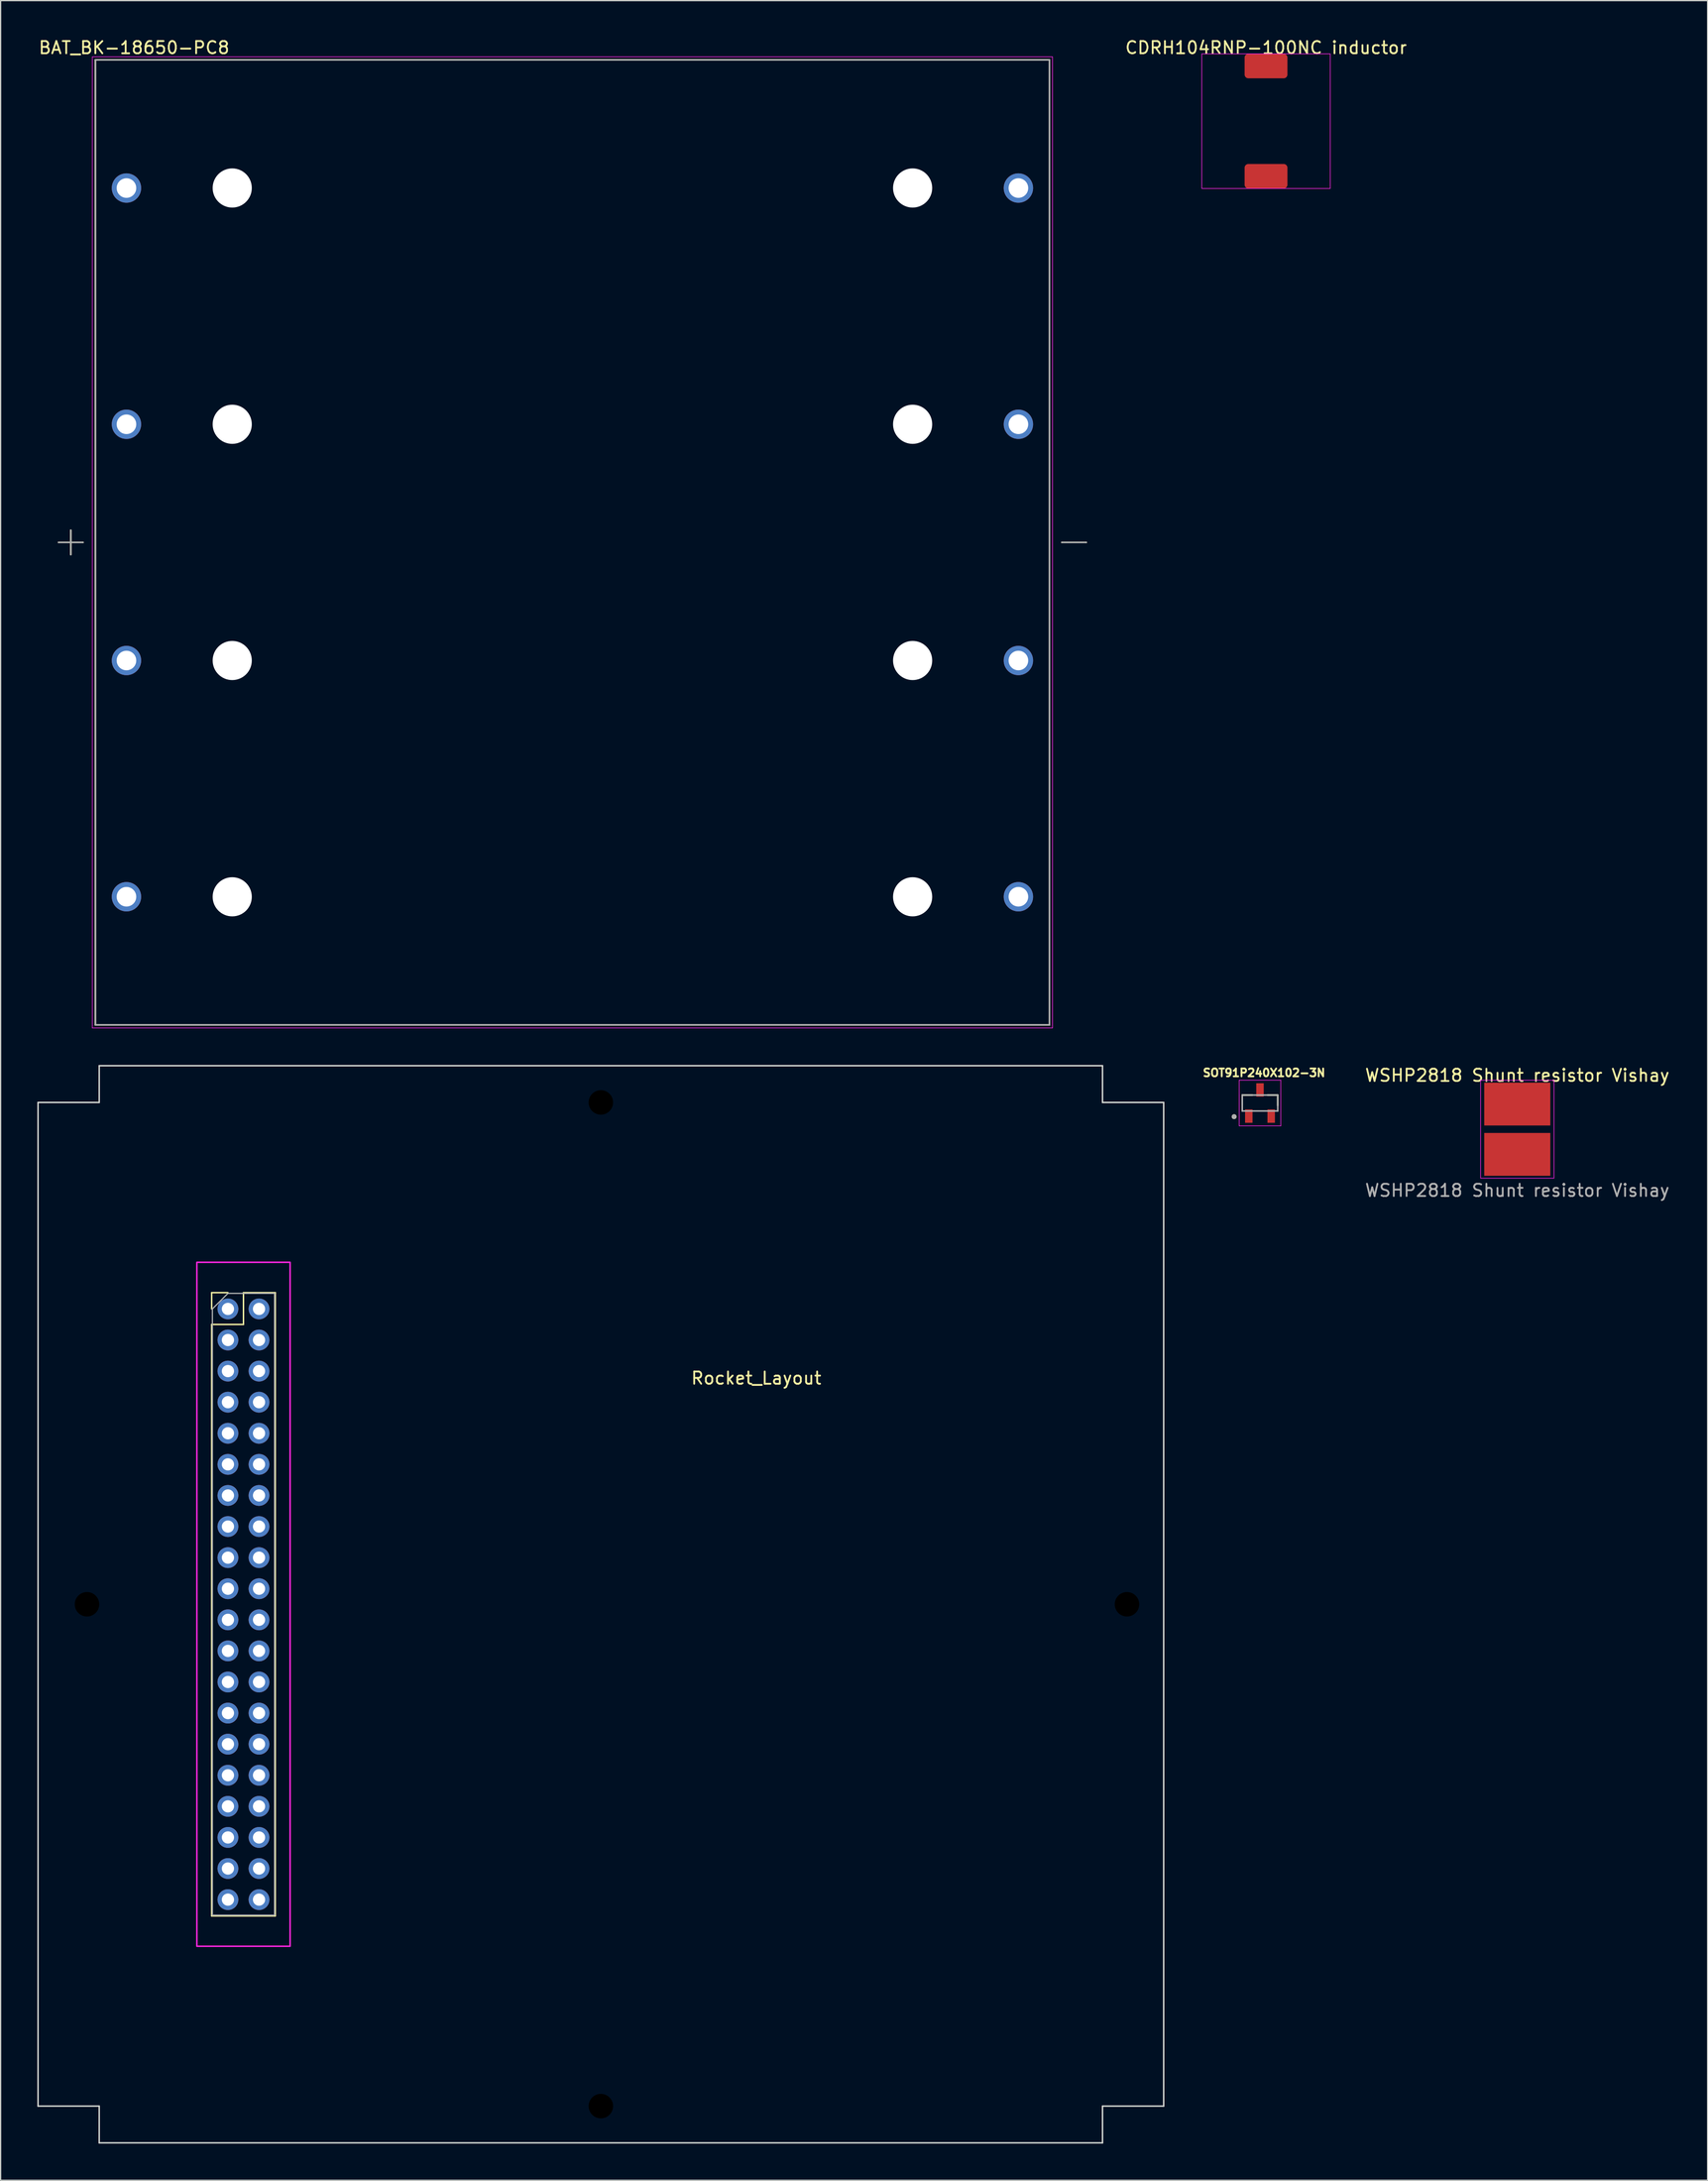
<source format=kicad_pcb>
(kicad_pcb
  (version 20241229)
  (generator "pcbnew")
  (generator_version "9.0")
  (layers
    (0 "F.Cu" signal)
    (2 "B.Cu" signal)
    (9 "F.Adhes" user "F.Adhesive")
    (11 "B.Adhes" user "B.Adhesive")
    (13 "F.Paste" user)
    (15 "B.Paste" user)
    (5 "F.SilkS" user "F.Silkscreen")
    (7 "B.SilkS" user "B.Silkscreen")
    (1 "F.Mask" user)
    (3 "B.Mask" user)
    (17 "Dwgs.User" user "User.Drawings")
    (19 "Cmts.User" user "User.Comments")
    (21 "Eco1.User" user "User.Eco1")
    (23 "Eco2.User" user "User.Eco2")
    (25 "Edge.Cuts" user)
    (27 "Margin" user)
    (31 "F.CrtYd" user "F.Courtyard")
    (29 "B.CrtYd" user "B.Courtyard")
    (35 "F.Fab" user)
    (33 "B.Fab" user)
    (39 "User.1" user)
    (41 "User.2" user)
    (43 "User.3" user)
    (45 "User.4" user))
  (footprint "SOT91P240X102-3N"
    (layer "F.Cu")
    (at 99.932 87.067)
    (property "Reference" "SOT91P240X102-3N" (at 0.332 -2.471 0) (layer "F.SilkS") (effects (font (size 0.64 0.64) (thickness 0.15))))
    (attr through_hole)
    (fp_line (start -1.45 -0.65) (end -0.62 -0.65) (stroke (width 0.127) (type solid)) (layer "F.SilkS"))
    (fp_line (start -1.45 0.205) (end -1.45 -0.65) (stroke (width 0.127) (type solid)) (layer "F.SilkS"))
    (fp_line (start 0.62 -0.65) (end 1.45 -0.65) (stroke (width 0.127) (type solid)) (layer "F.SilkS"))
    (fp_line (start 1.45 -0.65) (end 1.45 0.205) (stroke (width 0.127) (type solid)) (layer "F.SilkS"))
    (fp_circle (center -2.115 1.115) (end -2.015 1.115) (stroke (width 0.2) (type solid)) (fill no) (layer "F.SilkS"))
    (fp_line (start -1.7 -1.865) (end -1.7 1.865) (stroke (width 0.05) (type solid)) (layer "F.CrtYd"))
    (fp_line (start -1.7 1.865) (end 1.7 1.865) (stroke (width 0.05) (type solid)) (layer "F.CrtYd"))
    (fp_line (start 1.7 -1.865) (end -1.7 -1.865) (stroke (width 0.05) (type solid)) (layer "F.CrtYd"))
    (fp_line (start 1.7 1.865) (end 1.7 -1.865) (stroke (width 0.05) (type solid)) (layer "F.CrtYd"))
    (fp_line (start -1.45 -0.65) (end 1.45 -0.65) (stroke (width 0.127) (type solid)) (layer "F.Fab"))
    (fp_line (start -1.45 0.65) (end -1.45 -0.65) (stroke (width 0.127) (type solid)) (layer "F.Fab"))
    (fp_line (start 1.45 -0.65) (end 1.45 0.65) (stroke (width 0.127) (type solid)) (layer "F.Fab"))
    (fp_line (start 1.45 0.65) (end -1.45 0.65) (stroke (width 0.127) (type solid)) (layer "F.Fab"))
    (fp_circle (center -2.115 1.115) (end -2.015 1.115) (stroke (width 0.2) (type solid)) (fill no) (layer "F.Fab"))
    (pad "1" smd rect (at -0.915 1.07) (size 0.61 1.09) (layers "F.Cu" "F.Mask" "F.Paste"))
    (pad "2" smd rect (at 0.915 1.07) (size 0.61 1.09) (layers "F.Cu" "F.Mask" "F.Paste"))
    (pad "3" smd rect (at 0 -1.07) (size 0.61 1.09) (layers "F.Cu" "F.Mask" "F.Paste")))
  (footprint "Rocket_Layout"
    (layer "F.Cu")
    (at 46.06 128.018)
    (property "Reference" "Rocket_Layout" (at 12.7 -18.473 0) (unlocked yes) (layer "F.SilkS") (effects (font (size 1 1) (thickness 0.15))))
    (fp_line (start -31.81 -25.46) (end -30.48 -25.46) (stroke (width 0.12) (type solid)) (layer "F.SilkS"))
    (fp_line (start -31.81 -24.13) (end -31.81 -25.46) (stroke (width 0.12) (type solid)) (layer "F.SilkS"))
    (fp_line (start -31.81 -22.86) (end -31.81 25.46) (stroke (width 0.12) (type solid)) (layer "F.SilkS"))
    (fp_line (start -31.81 -22.86) (end -29.21 -22.86) (stroke (width 0.12) (type solid)) (layer "F.SilkS"))
    (fp_line (start -31.81 25.46) (end -26.61 25.46) (stroke (width 0.12) (type solid)) (layer "F.SilkS"))
    (fp_line (start -29.21 -25.46) (end -26.61 -25.46) (stroke (width 0.12) (type solid)) (layer "F.SilkS"))
    (fp_line (start -29.21 -22.86) (end -29.21 -25.46) (stroke (width 0.12) (type solid)) (layer "F.SilkS"))
    (fp_line (start -26.61 -25.46) (end -26.61 25.46) (stroke (width 0.12) (type solid)) (layer "F.SilkS"))
    (fp_line (start -46 -41) (end -46 41) (stroke (width 0.12) (type solid)) (layer "Edge.Cuts"))
    (fp_line (start -46 41) (end -41 41) (stroke (width 0.12) (type solid)) (layer "Edge.Cuts"))
    (fp_line (start -41 -44) (end -41 -41) (stroke (width 0.12) (type solid)) (layer "Edge.Cuts"))
    (fp_line (start -41 -41) (end -46 -41) (stroke (width 0.12) (type solid)) (layer "Edge.Cuts"))
    (fp_line (start -41 41) (end -41 44) (stroke (width 0.12) (type solid)) (layer "Edge.Cuts"))
    (fp_line (start -41 44) (end 41 44) (stroke (width 0.12) (type solid)) (layer "Edge.Cuts"))
    (fp_line (start 41 -44) (end -41 -44) (stroke (width 0.12) (type solid)) (layer "Edge.Cuts"))
    (fp_line (start 41 -41) (end 41 -44) (stroke (width 0.12) (type solid)) (layer "Edge.Cuts"))
    (fp_line (start 41 41) (end 46 41) (stroke (width 0.12) (type solid)) (layer "Edge.Cuts"))
    (fp_line (start 41 44) (end 41 41) (stroke (width 0.12) (type solid)) (layer "Edge.Cuts"))
    (fp_line (start 46 -41) (end 41 -41) (stroke (width 0.12) (type solid)) (layer "Edge.Cuts"))
    (fp_line (start 46 41) (end 46 -41) (stroke (width 0.12) (type solid)) (layer "Edge.Cuts"))
    (fp_rect (start 38.6 37) (end -39 -38) (stroke (width 0.12) (type solid)) (fill no) (layer "Margin"))
    (fp_rect (start -33.02 -27.94) (end -25.4 27.94) (stroke (width 0.12) (type solid)) (fill no) (layer "F.CrtYd"))
    (fp_line (start -31.75 -24.13) (end -30.48 -25.4) (stroke (width 0.1) (type solid)) (layer "F.Fab"))
    (fp_line (start -31.75 25.4) (end -31.75 -24.13) (stroke (width 0.1) (type solid)) (layer "F.Fab"))
    (fp_line (start -30.48 -25.4) (end -26.67 -25.4) (stroke (width 0.1) (type solid)) (layer "F.Fab"))
    (fp_line (start -26.67 -25.4) (end -26.67 25.4) (stroke (width 0.1) (type solid)) (layer "F.Fab"))
    (fp_line (start -26.67 25.4) (end -31.75 25.4) (stroke (width 0.1) (type solid)) (layer "F.Fab"))
    (pad "" np_thru_hole circle (at -42 0) (size 2 2) (drill 3.2) (layers "*.Mask"))
    (pad "" np_thru_hole circle (at 0 -41) (size 2 2) (drill 3.2) (layers "*.Mask"))
    (pad "" np_thru_hole circle (at 0 41) (size 2 2) (drill 3.2) (layers "*.Mask"))
    (pad "" np_thru_hole circle (at 43 0) (size 2 2) (drill 3.2) (layers "*.Mask"))
    (pad "1" thru_hole circle (at -30.48 -24.13) (size 1.7 1.7) (drill 1) (layers "*.Cu" "*.Mask"))
    (pad "2" thru_hole circle (at -30.48 -21.59) (size 1.7 1.7) (drill 1) (layers "*.Cu" "*.Mask"))
    (pad "3" thru_hole circle (at -30.48 -19.05) (size 1.7 1.7) (drill 1) (layers "*.Cu" "*.Mask"))
    (pad "4" thru_hole circle (at -30.48 -16.51) (size 1.7 1.7) (drill 1) (layers "*.Cu" "*.Mask"))
    (pad "5" thru_hole circle (at -30.48 -13.97) (size 1.7 1.7) (drill 1) (layers "*.Cu" "*.Mask"))
    (pad "6" thru_hole circle (at -30.48 -11.43) (size 1.7 1.7) (drill 1) (layers "*.Cu" "*.Mask"))
    (pad "7" thru_hole circle (at -30.48 -8.89) (size 1.7 1.7) (drill 1) (layers "*.Cu" "*.Mask"))
    (pad "8" thru_hole circle (at -30.48 -6.35) (size 1.7 1.7) (drill 1) (layers "*.Cu" "*.Mask"))
    (pad "9" thru_hole circle (at -30.48 -3.81) (size 1.7 1.7) (drill 1) (layers "*.Cu" "*.Mask"))
    (pad "10" thru_hole circle (at -30.48 -1.27) (size 1.7 1.7) (drill 1) (layers "*.Cu" "*.Mask"))
    (pad "11" thru_hole circle (at -30.48 1.27) (size 1.7 1.7) (drill 1) (layers "*.Cu" "*.Mask"))
    (pad "12" thru_hole circle (at -30.48 3.81) (size 1.7 1.7) (drill 1) (layers "*.Cu" "*.Mask"))
    (pad "13" thru_hole circle (at -30.48 6.35) (size 1.7 1.7) (drill 1) (layers "*.Cu" "*.Mask"))
    (pad "14" thru_hole circle (at -30.48 8.89) (size 1.7 1.7) (drill 1) (layers "*.Cu" "*.Mask"))
    (pad "15" thru_hole circle (at -30.48 11.43) (size 1.7 1.7) (drill 1) (layers "*.Cu" "*.Mask"))
    (pad "16" thru_hole circle (at -30.48 13.97) (size 1.7 1.7) (drill 1) (layers "*.Cu" "*.Mask"))
    (pad "17" thru_hole circle (at -30.48 16.51) (size 1.7 1.7) (drill 1) (layers "*.Cu" "*.Mask"))
    (pad "18" thru_hole circle (at -30.48 19.05) (size 1.7 1.7) (drill 1) (layers "*.Cu" "*.Mask"))
    (pad "19" thru_hole circle (at -30.48 21.59) (size 1.7 1.7) (drill 1) (layers "*.Cu" "*.Mask"))
    (pad "20" thru_hole circle (at -30.48 24.13) (size 1.7 1.7) (drill 1) (layers "*.Cu" "*.Mask"))
    (pad "21" thru_hole circle (at -27.94 24.13) (size 1.7 1.7) (drill 1) (layers "*.Cu" "*.Mask"))
    (pad "22" thru_hole circle (at -27.94 21.59) (size 1.7 1.7) (drill 1) (layers "*.Cu" "*.Mask"))
    (pad "23" thru_hole circle (at -27.94 19.05) (size 1.7 1.7) (drill 1) (layers "*.Cu" "*.Mask"))
    (pad "24" thru_hole circle (at -27.94 16.51) (size 1.7 1.7) (drill 1) (layers "*.Cu" "*.Mask"))
    (pad "25" thru_hole circle (at -27.94 13.97) (size 1.7 1.7) (drill 1) (layers "*.Cu" "*.Mask"))
    (pad "26" thru_hole circle (at -27.94 11.43) (size 1.7 1.7) (drill 1) (layers "*.Cu" "*.Mask"))
    (pad "27" thru_hole circle (at -27.94 8.89) (size 1.7 1.7) (drill 1) (layers "*.Cu" "*.Mask"))
    (pad "28" thru_hole circle (at -27.94 6.35) (size 1.7 1.7) (drill 1) (layers "*.Cu" "*.Mask"))
    (pad "29" thru_hole circle (at -27.94 3.81) (size 1.7 1.7) (drill 1) (layers "*.Cu" "*.Mask"))
    (pad "30" thru_hole circle (at -27.94 1.27) (size 1.7 1.7) (drill 1) (layers "*.Cu" "*.Mask"))
    (pad "31" thru_hole circle (at -27.94 -1.27) (size 1.7 1.7) (drill 1) (layers "*.Cu" "*.Mask"))
    (pad "32" thru_hole circle (at -27.94 -3.81) (size 1.7 1.7) (drill 1) (layers "*.Cu" "*.Mask"))
    (pad "33" thru_hole circle (at -27.94 -6.35) (size 1.7 1.7) (drill 1) (layers "*.Cu" "*.Mask"))
    (pad "34" thru_hole circle (at -27.94 -8.89) (size 1.7 1.7) (drill 1) (layers "*.Cu" "*.Mask"))
    (pad "35" thru_hole circle (at -27.94 -11.43) (size 1.7 1.7) (drill 1) (layers "*.Cu" "*.Mask"))
    (pad "36" thru_hole circle (at -27.94 -13.97) (size 1.7 1.7) (drill 1) (layers "*.Cu" "*.Mask"))
    (pad "37" thru_hole circle (at -27.94 -16.51) (size 1.7 1.7) (drill 1) (layers "*.Cu" "*.Mask"))
    (pad "38" thru_hole circle (at -27.94 -19.05) (size 1.7 1.7) (drill 1) (layers "*.Cu" "*.Mask"))
    (pad "39" thru_hole circle (at -27.94 -21.59) (size 1.7 1.7) (drill 1) (layers "*.Cu" "*.Mask"))
    (pad "40" thru_hole circle (at -27.94 -24.13) (size 1.7 1.7) (drill 1) (layers "*.Cu" "*.Mask")))
  (footprint "CDRH104RNP-100NC inductor"
    (layer "F.Cu")
    (at 100.424 6.848)
    (property "Reference" "CDRH104RNP-100NC inductor" (at 0 -6 0) (unlocked yes) (layer "F.SilkS") (effects (font (size 1 1) (thickness 0.15))))
    (attr smd)
    (fp_rect (start -5.25 -5.5) (end 5.25 5.5) (stroke (width 0.05) (type solid)) (fill no) (layer "F.CrtYd"))
    (pad "1" smd roundrect (at 0 -4.5) (size 3.5 2) (layers "F.Cu" "F.Mask" "F.Paste") (roundrect_rratio 0.15))
    (pad "2" smd roundrect (at 0 4.5) (size 3.5 2) (layers "F.Cu" "F.Mask" "F.Paste") (roundrect_rratio 0.15)))
  (footprint "BAT_BK-18650-PC8"
    (layer "F.Cu")
    (at 43.736 41.263)
    (property "Reference" "BAT_BK-18650-PC8" (at -35.825 -40.415 0) (layer "F.SilkS") (effects (font (size 1 1) (thickness 0.15))))
    (attr through_hole)
    (fp_line (start -42 0) (end -40 0) (stroke (width 0.127) (type solid)) (layer "F.SilkS"))
    (fp_line (start -41 -1) (end -41 1) (stroke (width 0.127) (type solid)) (layer "F.SilkS"))
    (fp_line (start -38.99 -39.42) (end 38.99 -39.42) (stroke (width 0.127) (type solid)) (layer "F.SilkS"))
    (fp_line (start -38.99 39.42) (end -38.99 -39.42) (stroke (width 0.127) (type solid)) (layer "F.SilkS"))
    (fp_line (start 38.99 -39.42) (end 38.99 39.42) (stroke (width 0.127) (type solid)) (layer "F.SilkS"))
    (fp_line (start 38.99 39.42) (end -38.99 39.42) (stroke (width 0.127) (type solid)) (layer "F.SilkS"))
    (fp_line (start 40 0) (end 42 0) (stroke (width 0.127) (type solid)) (layer "F.SilkS"))
    (fp_line (start -39.24 -39.67) (end 39.24 -39.67) (stroke (width 0.05) (type solid)) (layer "F.CrtYd"))
    (fp_line (start -39.24 39.67) (end -39.24 -39.67) (stroke (width 0.05) (type solid)) (layer "F.CrtYd"))
    (fp_line (start 39.24 -39.67) (end 39.24 39.67) (stroke (width 0.05) (type solid)) (layer "F.CrtYd"))
    (fp_line (start 39.24 39.67) (end -39.24 39.67) (stroke (width 0.05) (type solid)) (layer "F.CrtYd"))
    (fp_line (start -42 0) (end -40 0) (stroke (width 0.127) (type solid)) (layer "F.Fab"))
    (fp_line (start -41 -1) (end -41 1) (stroke (width 0.127) (type solid)) (layer "F.Fab"))
    (fp_line (start -38.99 -39.42) (end 38.99 -39.42) (stroke (width 0.127) (type solid)) (layer "F.Fab"))
    (fp_line (start -38.99 39.42) (end -38.99 -39.42) (stroke (width 0.127) (type solid)) (layer "F.Fab"))
    (fp_line (start 38.99 -39.42) (end 38.99 39.42) (stroke (width 0.127) (type solid)) (layer "F.Fab"))
    (fp_line (start 38.99 39.42) (end -38.99 39.42) (stroke (width 0.127) (type solid)) (layer "F.Fab"))
    (fp_line (start 40 0) (end 42 0) (stroke (width 0.127) (type solid)) (layer "F.Fab"))
    (pad "" np_thru_hole circle (at -27.805 -28.955) (size 3.2 3.2) (drill 3.2) (layers "*.Cu" "*.Mask"))
    (pad "" np_thru_hole circle (at -27.805 -9.65) (size 3.2 3.2) (drill 3.2) (layers "*.Cu" "*.Mask"))
    (pad "" np_thru_hole circle (at -27.805 9.65) (size 3.2 3.2) (drill 3.2) (layers "*.Cu" "*.Mask"))
    (pad "" np_thru_hole circle (at -27.805 28.955) (size 3.2 3.2) (drill 3.2) (layers "*.Cu" "*.Mask"))
    (pad "" np_thru_hole circle (at 27.805 -28.955) (size 3.2 3.2) (drill 3.2) (layers "*.Cu" "*.Mask"))
    (pad "" np_thru_hole circle (at 27.805 -9.65) (size 3.2 3.2) (drill 3.2) (layers "*.Cu" "*.Mask"))
    (pad "" np_thru_hole circle (at 27.805 9.65) (size 3.2 3.2) (drill 3.2) (layers "*.Cu" "*.Mask"))
    (pad "" np_thru_hole circle (at 27.805 28.955) (size 3.2 3.2) (drill 3.2) (layers "*.Cu" "*.Mask"))
    (pad "1+" thru_hole circle (at -36.45 -28.95) (size 2.4 2.4) (drill 1.6) (layers "*.Cu" "*.Mask"))
    (pad "1-" thru_hole circle (at 36.45 -28.95) (size 2.4 2.4) (drill 1.6) (layers "*.Cu" "*.Mask"))
    (pad "2+" thru_hole circle (at -36.45 -9.65) (size 2.4 2.4) (drill 1.6) (layers "*.Cu" "*.Mask"))
    (pad "2-" thru_hole circle (at 36.45 -9.65) (size 2.4 2.4) (drill 1.6) (layers "*.Cu" "*.Mask"))
    (pad "3+" thru_hole circle (at -36.45 9.65) (size 2.4 2.4) (drill 1.6) (layers "*.Cu" "*.Mask"))
    (pad "3-" thru_hole circle (at 36.45 9.65) (size 2.4 2.4) (drill 1.6) (layers "*.Cu" "*.Mask"))
    (pad "4+" thru_hole circle (at -36.45 28.95) (size 2.4 2.4) (drill 1.6) (layers "*.Cu" "*.Mask"))
    (pad "4-" thru_hole circle (at 36.45 28.95) (size 2.4 2.4) (drill 1.6) (layers "*.Cu" "*.Mask")))
  (footprint "WSHP2818 Shunt resistor Vishay"
    (layer "F.Cu")
    (at 120.961 89.207)
    (property "Reference" "WSHP2818 Shunt resistor Vishay" (at 0 -4.4 0) (unlocked yes) (layer "F.SilkS") (effects (font (size 1 1) (thickness 0.15))))
    (attr smd)
    (fp_rect (start -3 -4) (end 3 4) (stroke (width 0.05) (type solid)) (fill no) (layer "F.CrtYd"))
    (fp_text user "${REFERENCE}" (at 0 5 0) (unlocked yes) (layer "F.Fab") (effects (font (size 1 1) (thickness 0.15))))
    (pad "1" smd rect (at 0 -2.055) (size 5.4 3.5) (layers "F.Cu" "F.Mask" "F.Paste"))
    (pad "2" smd rect (at 0 2.055) (size 5.4 3.5) (layers "F.Cu" "F.Mask" "F.Paste")))
  (gr_rect
    (start -3 -3)
    (end 136.515 175.078)
    (stroke (width 0.1) (type default))
    (fill no)
    (layer "Edge.Cuts")))
</source>
